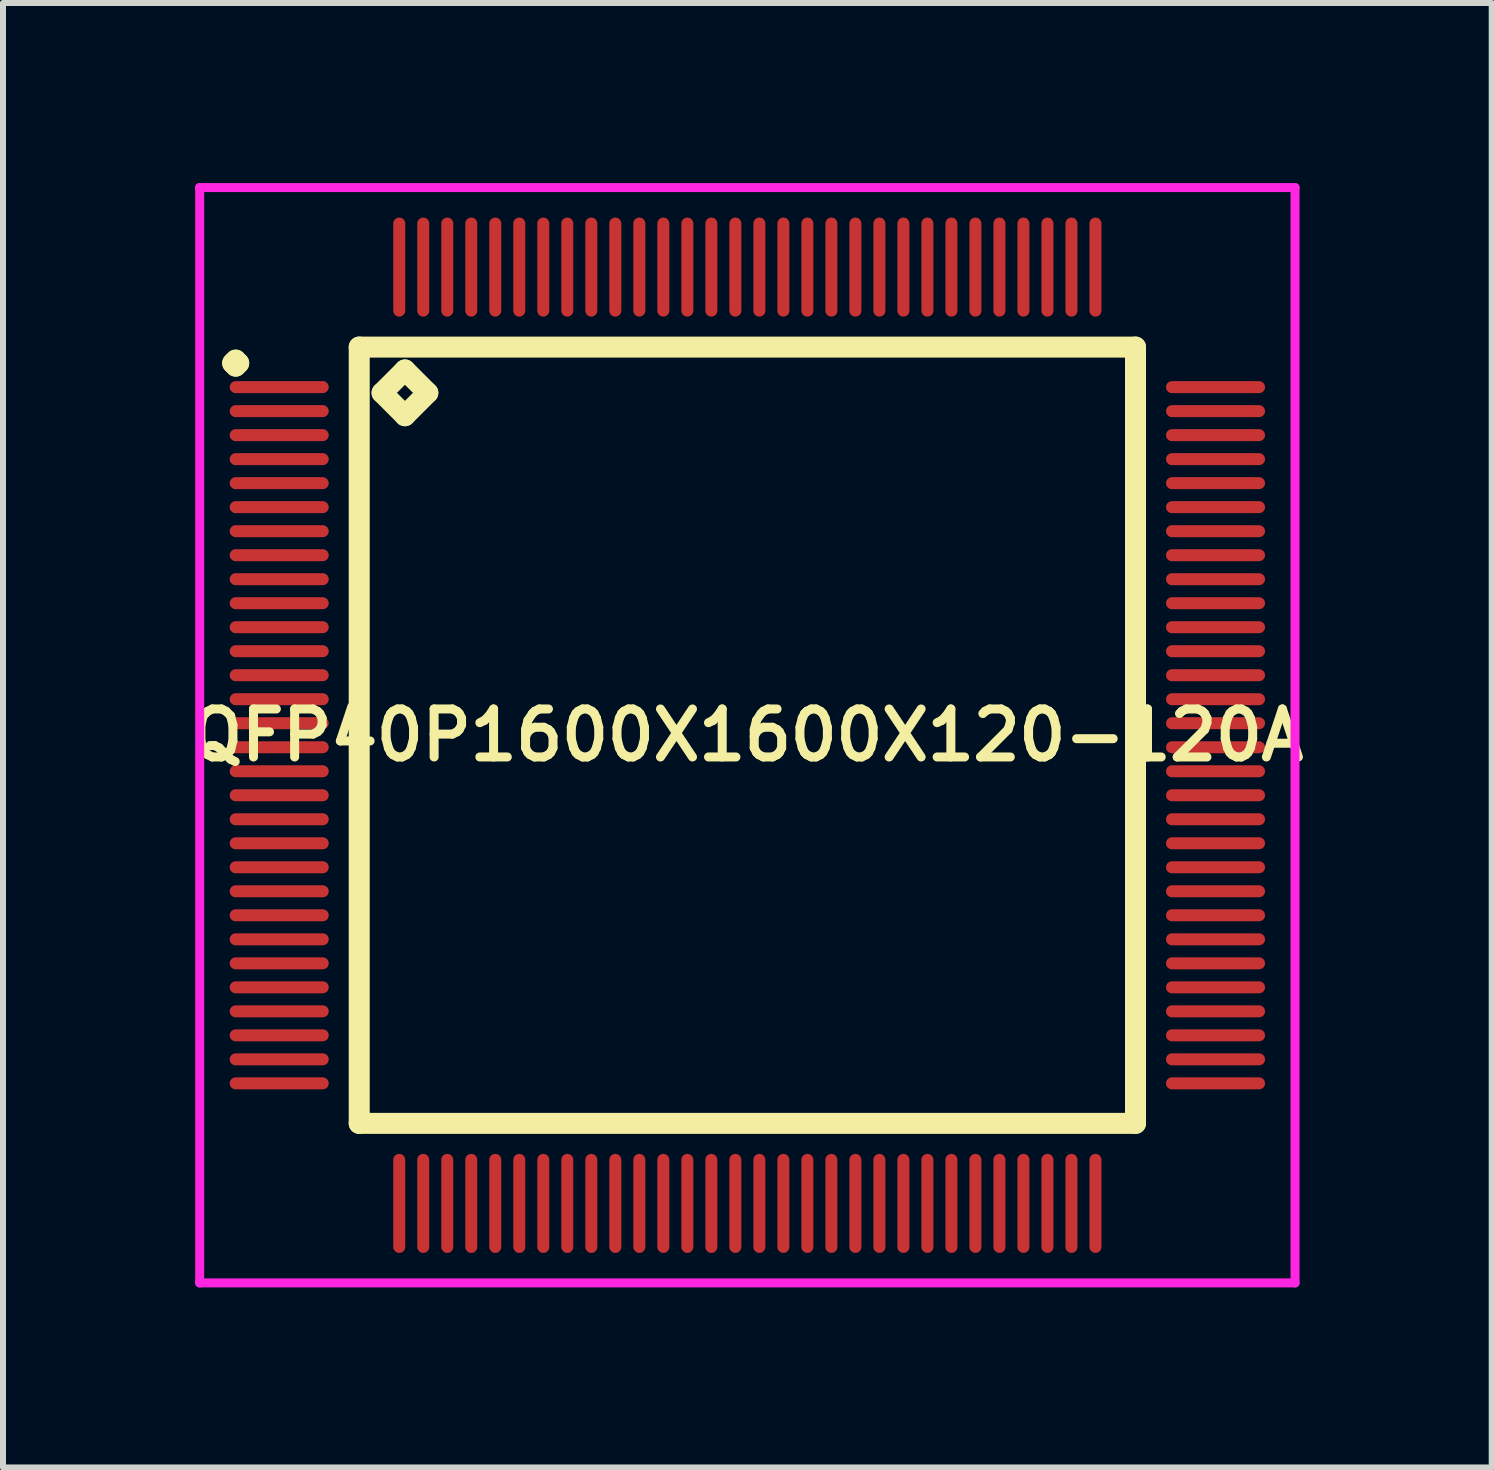
<source format=kicad_pcb>
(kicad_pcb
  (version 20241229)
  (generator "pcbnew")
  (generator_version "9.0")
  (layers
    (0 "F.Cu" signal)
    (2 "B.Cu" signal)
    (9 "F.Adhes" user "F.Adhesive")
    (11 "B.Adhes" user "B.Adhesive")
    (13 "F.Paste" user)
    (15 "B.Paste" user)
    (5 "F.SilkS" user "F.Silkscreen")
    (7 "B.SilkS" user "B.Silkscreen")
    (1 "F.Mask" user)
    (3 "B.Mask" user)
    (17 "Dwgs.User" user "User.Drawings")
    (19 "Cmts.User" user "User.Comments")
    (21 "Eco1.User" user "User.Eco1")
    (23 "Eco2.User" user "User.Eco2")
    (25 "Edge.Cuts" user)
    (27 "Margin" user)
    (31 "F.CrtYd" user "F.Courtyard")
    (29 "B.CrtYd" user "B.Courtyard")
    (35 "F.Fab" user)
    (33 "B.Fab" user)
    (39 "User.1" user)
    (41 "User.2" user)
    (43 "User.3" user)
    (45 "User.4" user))
  (footprint "QFP40P1600X1600X120-120A"
    (layer "F.Cu")
    (at 9.402 9.2)
    (property "Reference" "QFP40P1600X1600X120-120A" (at 0 0 0) (layer "F.SilkS") (effects (font (size 0.8 0.8) (thickness 0.15))))
    (attr through_hole)
    (fp_line (start -8.575 -6.2) (end -8.525 -6.25) (stroke (width 0.35) (type solid)) (layer "F.SilkS"))
    (fp_line (start -8.525 -6.25) (end -8.475 -6.2) (stroke (width 0.35) (type solid)) (layer "F.SilkS"))
    (fp_line (start -8.525 -6.15) (end -8.575 -6.2) (stroke (width 0.35) (type solid)) (layer "F.SilkS"))
    (fp_line (start -8.475 -6.2) (end -8.525 -6.15) (stroke (width 0.35) (type solid)) (layer "F.SilkS"))
    (fp_line (start -6.467 -6.467) (end -6.467 6.467) (stroke (width 0.35) (type solid)) (layer "F.SilkS"))
    (fp_line (start -6.467 6.467) (end 6.467 6.467) (stroke (width 0.35) (type solid)) (layer "F.SilkS"))
    (fp_line (start -6.086 -5.705) (end -5.705 -6.086) (stroke (width 0.35) (type solid)) (layer "F.SilkS"))
    (fp_line (start -5.705 -6.086) (end -5.324 -5.705) (stroke (width 0.35) (type solid)) (layer "F.SilkS"))
    (fp_line (start -5.705 -5.324) (end -6.086 -5.705) (stroke (width 0.35) (type solid)) (layer "F.SilkS"))
    (fp_line (start -5.324 -5.705) (end -5.705 -5.324) (stroke (width 0.35) (type solid)) (layer "F.SilkS"))
    (fp_line (start 6.467 -6.467) (end -6.467 -6.467) (stroke (width 0.35) (type solid)) (layer "F.SilkS"))
    (fp_line (start 6.467 6.467) (end 6.467 -6.467) (stroke (width 0.35) (type solid)) (layer "F.SilkS"))
    (fp_line (start -9.125 -9.125) (end 9.125 -9.125) (stroke (width 0.15) (type solid)) (layer "F.CrtYd"))
    (fp_line (start -9.125 9.125) (end -9.125 -9.125) (stroke (width 0.15) (type solid)) (layer "F.CrtYd"))
    (fp_line (start 9.125 -9.125) (end 9.125 9.125) (stroke (width 0.15) (type solid)) (layer "F.CrtYd"))
    (fp_line (start 9.125 9.125) (end -9.125 9.125) (stroke (width 0.15) (type solid)) (layer "F.CrtYd"))
    (pad "1" smd oval (at -7.8 -5.8) (size 1.65 0.2) (layers "F.Cu" "F.Mask" "F.Paste"))
    (pad "2" smd oval (at -7.8 -5.4) (size 1.65 0.2) (layers "F.Cu" "F.Mask" "F.Paste"))
    (pad "3" smd oval (at -7.8 -5) (size 1.65 0.2) (layers "F.Cu" "F.Mask" "F.Paste"))
    (pad "4" smd oval (at -7.8 -4.6) (size 1.65 0.2) (layers "F.Cu" "F.Mask" "F.Paste"))
    (pad "5" smd oval (at -7.8 -4.2) (size 1.65 0.2) (layers "F.Cu" "F.Mask" "F.Paste"))
    (pad "6" smd oval (at -7.8 -3.8) (size 1.65 0.2) (layers "F.Cu" "F.Mask" "F.Paste"))
    (pad "7" smd oval (at -7.8 -3.4) (size 1.65 0.2) (layers "F.Cu" "F.Mask" "F.Paste"))
    (pad "8" smd oval (at -7.8 -3) (size 1.65 0.2) (layers "F.Cu" "F.Mask" "F.Paste"))
    (pad "9" smd oval (at -7.8 -2.6) (size 1.65 0.2) (layers "F.Cu" "F.Mask" "F.Paste"))
    (pad "10" smd oval (at -7.8 -2.2) (size 1.65 0.2) (layers "F.Cu" "F.Mask" "F.Paste"))
    (pad "11" smd oval (at -7.8 -1.8) (size 1.65 0.2) (layers "F.Cu" "F.Mask" "F.Paste"))
    (pad "12" smd oval (at -7.8 -1.4) (size 1.65 0.2) (layers "F.Cu" "F.Mask" "F.Paste"))
    (pad "13" smd oval (at -7.8 -1) (size 1.65 0.2) (layers "F.Cu" "F.Mask" "F.Paste"))
    (pad "14" smd oval (at -7.8 -0.6) (size 1.65 0.2) (layers "F.Cu" "F.Mask" "F.Paste"))
    (pad "15" smd oval (at -7.8 -0.2) (size 1.65 0.2) (layers "F.Cu" "F.Mask" "F.Paste"))
    (pad "16" smd oval (at -7.8 0.2) (size 1.65 0.2) (layers "F.Cu" "F.Mask" "F.Paste"))
    (pad "17" smd oval (at -7.8 0.6) (size 1.65 0.2) (layers "F.Cu" "F.Mask" "F.Paste"))
    (pad "18" smd oval (at -7.8 1) (size 1.65 0.2) (layers "F.Cu" "F.Mask" "F.Paste"))
    (pad "19" smd oval (at -7.8 1.4) (size 1.65 0.2) (layers "F.Cu" "F.Mask" "F.Paste"))
    (pad "20" smd oval (at -7.8 1.8) (size 1.65 0.2) (layers "F.Cu" "F.Mask" "F.Paste"))
    (pad "21" smd oval (at -7.8 2.2) (size 1.65 0.2) (layers "F.Cu" "F.Mask" "F.Paste"))
    (pad "22" smd oval (at -7.8 2.6) (size 1.65 0.2) (layers "F.Cu" "F.Mask" "F.Paste"))
    (pad "23" smd oval (at -7.8 3) (size 1.65 0.2) (layers "F.Cu" "F.Mask" "F.Paste"))
    (pad "24" smd oval (at -7.8 3.4) (size 1.65 0.2) (layers "F.Cu" "F.Mask" "F.Paste"))
    (pad "25" smd oval (at -7.8 3.8) (size 1.65 0.2) (layers "F.Cu" "F.Mask" "F.Paste"))
    (pad "26" smd oval (at -7.8 4.2) (size 1.65 0.2) (layers "F.Cu" "F.Mask" "F.Paste"))
    (pad "27" smd oval (at -7.8 4.6) (size 1.65 0.2) (layers "F.Cu" "F.Mask" "F.Paste"))
    (pad "28" smd oval (at -7.8 5) (size 1.65 0.2) (layers "F.Cu" "F.Mask" "F.Paste"))
    (pad "29" smd oval (at -7.8 5.4) (size 1.65 0.2) (layers "F.Cu" "F.Mask" "F.Paste"))
    (pad "30" smd oval (at -7.8 5.8) (size 1.65 0.2) (layers "F.Cu" "F.Mask" "F.Paste"))
    (pad "31" smd oval (at -5.8 7.8) (size 0.2 1.65) (layers "F.Cu" "F.Mask" "F.Paste"))
    (pad "32" smd oval (at -5.4 7.8) (size 0.2 1.65) (layers "F.Cu" "F.Mask" "F.Paste"))
    (pad "33" smd oval (at -5 7.8) (size 0.2 1.65) (layers "F.Cu" "F.Mask" "F.Paste"))
    (pad "34" smd oval (at -4.6 7.8) (size 0.2 1.65) (layers "F.Cu" "F.Mask" "F.Paste"))
    (pad "35" smd oval (at -4.2 7.8) (size 0.2 1.65) (layers "F.Cu" "F.Mask" "F.Paste"))
    (pad "36" smd oval (at -3.8 7.8) (size 0.2 1.65) (layers "F.Cu" "F.Mask" "F.Paste"))
    (pad "37" smd oval (at -3.4 7.8) (size 0.2 1.65) (layers "F.Cu" "F.Mask" "F.Paste"))
    (pad "38" smd oval (at -3 7.8) (size 0.2 1.65) (layers "F.Cu" "F.Mask" "F.Paste"))
    (pad "39" smd oval (at -2.6 7.8) (size 0.2 1.65) (layers "F.Cu" "F.Mask" "F.Paste"))
    (pad "40" smd oval (at -2.2 7.8) (size 0.2 1.65) (layers "F.Cu" "F.Mask" "F.Paste"))
    (pad "41" smd oval (at -1.8 7.8) (size 0.2 1.65) (layers "F.Cu" "F.Mask" "F.Paste"))
    (pad "42" smd oval (at -1.4 7.8) (size 0.2 1.65) (layers "F.Cu" "F.Mask" "F.Paste"))
    (pad "43" smd oval (at -1 7.8) (size 0.2 1.65) (layers "F.Cu" "F.Mask" "F.Paste"))
    (pad "44" smd oval (at -0.6 7.8) (size 0.2 1.65) (layers "F.Cu" "F.Mask" "F.Paste"))
    (pad "45" smd oval (at -0.2 7.8) (size 0.2 1.65) (layers "F.Cu" "F.Mask" "F.Paste"))
    (pad "46" smd oval (at 0.2 7.8) (size 0.2 1.65) (layers "F.Cu" "F.Mask" "F.Paste"))
    (pad "47" smd oval (at 0.6 7.8) (size 0.2 1.65) (layers "F.Cu" "F.Mask" "F.Paste"))
    (pad "48" smd oval (at 1 7.8) (size 0.2 1.65) (layers "F.Cu" "F.Mask" "F.Paste"))
    (pad "49" smd oval (at 1.4 7.8) (size 0.2 1.65) (layers "F.Cu" "F.Mask" "F.Paste"))
    (pad "50" smd oval (at 1.8 7.8) (size 0.2 1.65) (layers "F.Cu" "F.Mask" "F.Paste"))
    (pad "51" smd oval (at 2.2 7.8) (size 0.2 1.65) (layers "F.Cu" "F.Mask" "F.Paste"))
    (pad "52" smd oval (at 2.6 7.8) (size 0.2 1.65) (layers "F.Cu" "F.Mask" "F.Paste"))
    (pad "53" smd oval (at 3 7.8) (size 0.2 1.65) (layers "F.Cu" "F.Mask" "F.Paste"))
    (pad "54" smd oval (at 3.4 7.8) (size 0.2 1.65) (layers "F.Cu" "F.Mask" "F.Paste"))
    (pad "55" smd oval (at 3.8 7.8) (size 0.2 1.65) (layers "F.Cu" "F.Mask" "F.Paste"))
    (pad "56" smd oval (at 4.2 7.8) (size 0.2 1.65) (layers "F.Cu" "F.Mask" "F.Paste"))
    (pad "57" smd oval (at 4.6 7.8) (size 0.2 1.65) (layers "F.Cu" "F.Mask" "F.Paste"))
    (pad "58" smd oval (at 5 7.8) (size 0.2 1.65) (layers "F.Cu" "F.Mask" "F.Paste"))
    (pad "59" smd oval (at 5.4 7.8) (size 0.2 1.65) (layers "F.Cu" "F.Mask" "F.Paste"))
    (pad "60" smd oval (at 5.8 7.8) (size 0.2 1.65) (layers "F.Cu" "F.Mask" "F.Paste"))
    (pad "61" smd oval (at 7.8 5.8) (size 1.65 0.2) (layers "F.Cu" "F.Mask" "F.Paste"))
    (pad "62" smd oval (at 7.8 5.4) (size 1.65 0.2) (layers "F.Cu" "F.Mask" "F.Paste"))
    (pad "63" smd oval (at 7.8 5) (size 1.65 0.2) (layers "F.Cu" "F.Mask" "F.Paste"))
    (pad "64" smd oval (at 7.8 4.6) (size 1.65 0.2) (layers "F.Cu" "F.Mask" "F.Paste"))
    (pad "65" smd oval (at 7.8 4.2) (size 1.65 0.2) (layers "F.Cu" "F.Mask" "F.Paste"))
    (pad "66" smd oval (at 7.8 3.8) (size 1.65 0.2) (layers "F.Cu" "F.Mask" "F.Paste"))
    (pad "67" smd oval (at 7.8 3.4) (size 1.65 0.2) (layers "F.Cu" "F.Mask" "F.Paste"))
    (pad "68" smd oval (at 7.8 3) (size 1.65 0.2) (layers "F.Cu" "F.Mask" "F.Paste"))
    (pad "69" smd oval (at 7.8 2.6) (size 1.65 0.2) (layers "F.Cu" "F.Mask" "F.Paste"))
    (pad "70" smd oval (at 7.8 2.2) (size 1.65 0.2) (layers "F.Cu" "F.Mask" "F.Paste"))
    (pad "71" smd oval (at 7.8 1.8) (size 1.65 0.2) (layers "F.Cu" "F.Mask" "F.Paste"))
    (pad "72" smd oval (at 7.8 1.4) (size 1.65 0.2) (layers "F.Cu" "F.Mask" "F.Paste"))
    (pad "73" smd oval (at 7.8 1) (size 1.65 0.2) (layers "F.Cu" "F.Mask" "F.Paste"))
    (pad "74" smd oval (at 7.8 0.6) (size 1.65 0.2) (layers "F.Cu" "F.Mask" "F.Paste"))
    (pad "75" smd oval (at 7.8 0.2) (size 1.65 0.2) (layers "F.Cu" "F.Mask" "F.Paste"))
    (pad "76" smd oval (at 7.8 -0.2) (size 1.65 0.2) (layers "F.Cu" "F.Mask" "F.Paste"))
    (pad "77" smd oval (at 7.8 -0.6) (size 1.65 0.2) (layers "F.Cu" "F.Mask" "F.Paste"))
    (pad "78" smd oval (at 7.8 -1) (size 1.65 0.2) (layers "F.Cu" "F.Mask" "F.Paste"))
    (pad "79" smd oval (at 7.8 -1.4) (size 1.65 0.2) (layers "F.Cu" "F.Mask" "F.Paste"))
    (pad "80" smd oval (at 7.8 -1.8) (size 1.65 0.2) (layers "F.Cu" "F.Mask" "F.Paste"))
    (pad "81" smd oval (at 7.8 -2.2) (size 1.65 0.2) (layers "F.Cu" "F.Mask" "F.Paste"))
    (pad "82" smd oval (at 7.8 -2.6) (size 1.65 0.2) (layers "F.Cu" "F.Mask" "F.Paste"))
    (pad "83" smd oval (at 7.8 -3) (size 1.65 0.2) (layers "F.Cu" "F.Mask" "F.Paste"))
    (pad "84" smd oval (at 7.8 -3.4) (size 1.65 0.2) (layers "F.Cu" "F.Mask" "F.Paste"))
    (pad "85" smd oval (at 7.8 -3.8) (size 1.65 0.2) (layers "F.Cu" "F.Mask" "F.Paste"))
    (pad "86" smd oval (at 7.8 -4.2) (size 1.65 0.2) (layers "F.Cu" "F.Mask" "F.Paste"))
    (pad "87" smd oval (at 7.8 -4.6) (size 1.65 0.2) (layers "F.Cu" "F.Mask" "F.Paste"))
    (pad "88" smd oval (at 7.8 -5) (size 1.65 0.2) (layers "F.Cu" "F.Mask" "F.Paste"))
    (pad "89" smd oval (at 7.8 -5.4) (size 1.65 0.2) (layers "F.Cu" "F.Mask" "F.Paste"))
    (pad "90" smd oval (at 7.8 -5.8) (size 1.65 0.2) (layers "F.Cu" "F.Mask" "F.Paste"))
    (pad "91" smd oval (at 5.8 -7.8) (size 0.2 1.65) (layers "F.Cu" "F.Mask" "F.Paste"))
    (pad "92" smd oval (at 5.4 -7.8) (size 0.2 1.65) (layers "F.Cu" "F.Mask" "F.Paste"))
    (pad "93" smd oval (at 5 -7.8) (size 0.2 1.65) (layers "F.Cu" "F.Mask" "F.Paste"))
    (pad "94" smd oval (at 4.6 -7.8) (size 0.2 1.65) (layers "F.Cu" "F.Mask" "F.Paste"))
    (pad "95" smd oval (at 4.2 -7.8) (size 0.2 1.65) (layers "F.Cu" "F.Mask" "F.Paste"))
    (pad "96" smd oval (at 3.8 -7.8) (size 0.2 1.65) (layers "F.Cu" "F.Mask" "F.Paste"))
    (pad "97" smd oval (at 3.4 -7.8) (size 0.2 1.65) (layers "F.Cu" "F.Mask" "F.Paste"))
    (pad "98" smd oval (at 3 -7.8) (size 0.2 1.65) (layers "F.Cu" "F.Mask" "F.Paste"))
    (pad "99" smd oval (at 2.6 -7.8) (size 0.2 1.65) (layers "F.Cu" "F.Mask" "F.Paste"))
    (pad "100" smd oval (at 2.2 -7.8) (size 0.2 1.65) (layers "F.Cu" "F.Mask" "F.Paste"))
    (pad "101" smd oval (at 1.8 -7.8) (size 0.2 1.65) (layers "F.Cu" "F.Mask" "F.Paste"))
    (pad "102" smd oval (at 1.4 -7.8) (size 0.2 1.65) (layers "F.Cu" "F.Mask" "F.Paste"))
    (pad "103" smd oval (at 1 -7.8) (size 0.2 1.65) (layers "F.Cu" "F.Mask" "F.Paste"))
    (pad "104" smd oval (at 0.6 -7.8) (size 0.2 1.65) (layers "F.Cu" "F.Mask" "F.Paste"))
    (pad "105" smd oval (at 0.2 -7.8) (size 0.2 1.65) (layers "F.Cu" "F.Mask" "F.Paste"))
    (pad "106" smd oval (at -0.2 -7.8) (size 0.2 1.65) (layers "F.Cu" "F.Mask" "F.Paste"))
    (pad "107" smd oval (at -0.6 -7.8) (size 0.2 1.65) (layers "F.Cu" "F.Mask" "F.Paste"))
    (pad "108" smd oval (at -1 -7.8) (size 0.2 1.65) (layers "F.Cu" "F.Mask" "F.Paste"))
    (pad "109" smd oval (at -1.4 -7.8) (size 0.2 1.65) (layers "F.Cu" "F.Mask" "F.Paste"))
    (pad "110" smd oval (at -1.8 -7.8) (size 0.2 1.65) (layers "F.Cu" "F.Mask" "F.Paste"))
    (pad "111" smd oval (at -2.2 -7.8) (size 0.2 1.65) (layers "F.Cu" "F.Mask" "F.Paste"))
    (pad "112" smd oval (at -2.6 -7.8) (size 0.2 1.65) (layers "F.Cu" "F.Mask" "F.Paste"))
    (pad "113" smd oval (at -3 -7.8) (size 0.2 1.65) (layers "F.Cu" "F.Mask" "F.Paste"))
    (pad "114" smd oval (at -3.4 -7.8) (size 0.2 1.65) (layers "F.Cu" "F.Mask" "F.Paste"))
    (pad "115" smd oval (at -3.8 -7.8) (size 0.2 1.65) (layers "F.Cu" "F.Mask" "F.Paste"))
    (pad "116" smd oval (at -4.2 -7.8) (size 0.2 1.65) (layers "F.Cu" "F.Mask" "F.Paste"))
    (pad "117" smd oval (at -4.6 -7.8) (size 0.2 1.65) (layers "F.Cu" "F.Mask" "F.Paste"))
    (pad "118" smd oval (at -5 -7.8) (size 0.2 1.65) (layers "F.Cu" "F.Mask" "F.Paste"))
    (pad "119" smd oval (at -5.4 -7.8) (size 0.2 1.65) (layers "F.Cu" "F.Mask" "F.Paste"))
    (pad "120" smd oval (at -5.8 -7.8) (size 0.2 1.65) (layers "F.Cu" "F.Mask" "F.Paste")))
  (gr_rect
    (start -3 -3)
    (end 21.804 21.4)
    (stroke (width 0.1) (type default))
    (fill no)
    (layer "Edge.Cuts")))
</source>
